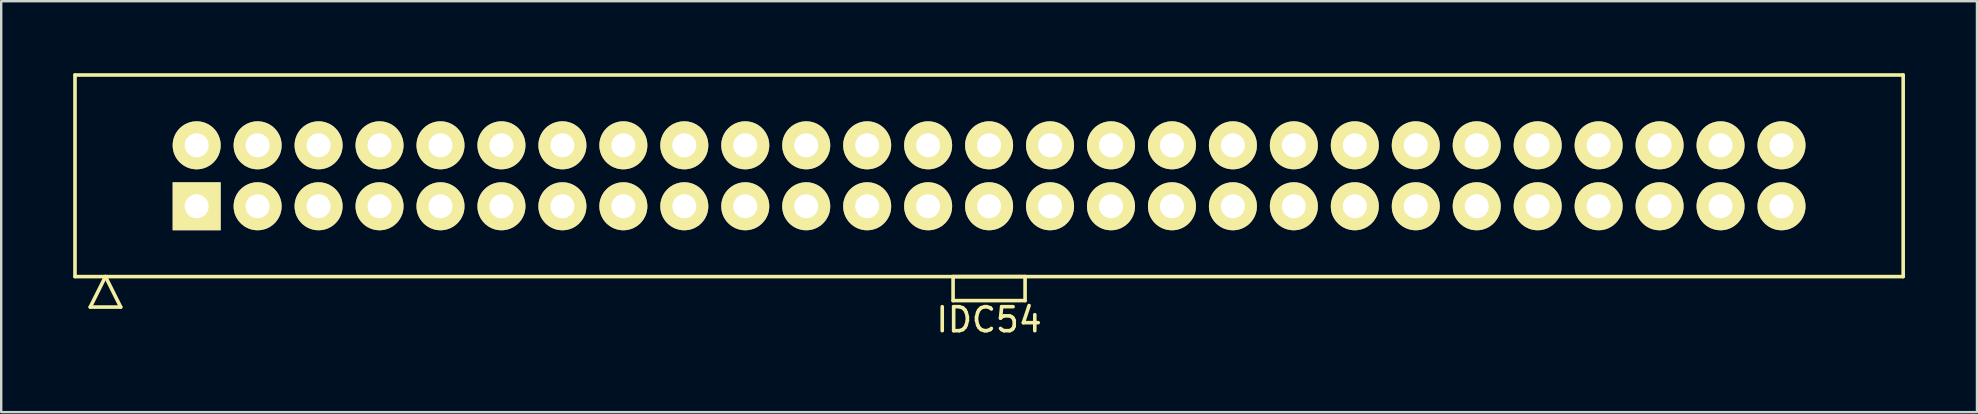
<source format=kicad_pcb>
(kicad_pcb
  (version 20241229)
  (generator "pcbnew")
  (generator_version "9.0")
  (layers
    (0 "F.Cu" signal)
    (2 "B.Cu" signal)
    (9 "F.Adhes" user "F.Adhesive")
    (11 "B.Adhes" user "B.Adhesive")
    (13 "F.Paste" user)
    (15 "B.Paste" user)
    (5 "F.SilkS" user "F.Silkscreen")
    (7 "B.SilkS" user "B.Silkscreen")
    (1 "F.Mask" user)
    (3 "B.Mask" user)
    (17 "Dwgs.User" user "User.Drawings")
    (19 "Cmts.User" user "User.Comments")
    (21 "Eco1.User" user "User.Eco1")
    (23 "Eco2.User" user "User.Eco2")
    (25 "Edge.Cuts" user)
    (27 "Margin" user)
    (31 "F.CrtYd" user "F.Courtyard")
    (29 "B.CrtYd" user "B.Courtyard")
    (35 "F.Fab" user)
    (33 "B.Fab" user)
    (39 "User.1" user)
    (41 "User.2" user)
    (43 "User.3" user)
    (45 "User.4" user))
  (footprint "IDC54"
    (layer "F.Cu")
    (at 38.165 4.275)
    (property "Reference" "IDC54" (at 0 6 0) (layer "F.SilkS") (effects (font (size 1 1) (thickness 0.15))))
    (attr through_hole)
    (fp_line (start -38.09 -4.2) (end -38.09 4.2) (stroke (width 0.15) (type solid)) (layer "F.SilkS"))
    (fp_line (start -38.09 4.2) (end 38.09 4.2) (stroke (width 0.15) (type solid)) (layer "F.SilkS"))
    (fp_line (start -37.455 5.47) (end -36.82 4.2) (stroke (width 0.15) (type solid)) (layer "F.SilkS"))
    (fp_line (start -37.455 5.47) (end -36.185 5.47) (stroke (width 0.15) (type solid)) (layer "F.SilkS"))
    (fp_line (start -36.185 5.47) (end -36.82 4.2) (stroke (width 0.15) (type solid)) (layer "F.SilkS"))
    (fp_line (start -1.5 4.2) (end -1.5 5.2) (stroke (width 0.15) (type solid)) (layer "F.SilkS"))
    (fp_line (start -1.5 5.2) (end 1.5 5.2) (stroke (width 0.15) (type solid)) (layer "F.SilkS"))
    (fp_line (start 1.5 4.2) (end -1.5 4.2) (stroke (width 0.15) (type solid)) (layer "F.SilkS"))
    (fp_line (start 1.5 5.2) (end 1.5 4.2) (stroke (width 0.15) (type solid)) (layer "F.SilkS"))
    (fp_line (start 38.09 -4.2) (end -38.09 -4.2) (stroke (width 0.15) (type solid)) (layer "F.SilkS"))
    (fp_line (start 38.09 4.2) (end 38.09 -4.2) (stroke (width 0.15) (type solid)) (layer "F.SilkS"))
    (pad "1" thru_hole rect (at -33.02 1.27) (size 2 2) (drill 1) (layers "*.Cu" "*.Mask" "F.SilkS"))
    (pad "2" thru_hole circle (at -33.02 -1.27) (size 2 2) (drill 1) (layers "*.Cu" "*.Mask" "F.SilkS"))
    (pad "3" thru_hole circle (at -30.48 1.27) (size 2 2) (drill 1) (layers "*.Cu" "*.Mask" "F.SilkS"))
    (pad "4" thru_hole circle (at -30.48 -1.27) (size 2 2) (drill 1) (layers "*.Cu" "*.Mask" "F.SilkS"))
    (pad "5" thru_hole circle (at -27.94 1.27) (size 2 2) (drill 1) (layers "*.Cu" "*.Mask" "F.SilkS"))
    (pad "6" thru_hole circle (at -27.94 -1.27) (size 2 2) (drill 1) (layers "*.Cu" "*.Mask" "F.SilkS"))
    (pad "7" thru_hole circle (at -25.4 1.27) (size 2 2) (drill 1) (layers "*.Cu" "*.Mask" "F.SilkS"))
    (pad "8" thru_hole circle (at -25.4 -1.27) (size 2 2) (drill 1) (layers "*.Cu" "*.Mask" "F.SilkS"))
    (pad "9" thru_hole circle (at -22.86 1.27) (size 2 2) (drill 1) (layers "*.Cu" "*.Mask" "F.SilkS"))
    (pad "10" thru_hole circle (at -22.86 -1.27) (size 2 2) (drill 1) (layers "*.Cu" "*.Mask" "F.SilkS"))
    (pad "11" thru_hole circle (at -20.32 1.27) (size 2 2) (drill 1) (layers "*.Cu" "*.Mask" "F.SilkS"))
    (pad "12" thru_hole circle (at -20.32 -1.27) (size 2 2) (drill 1) (layers "*.Cu" "*.Mask" "F.SilkS"))
    (pad "13" thru_hole circle (at -17.78 1.27) (size 2 2) (drill 1) (layers "*.Cu" "*.Mask" "F.SilkS"))
    (pad "14" thru_hole circle (at -17.78 -1.27) (size 2 2) (drill 1) (layers "*.Cu" "*.Mask" "F.SilkS"))
    (pad "15" thru_hole circle (at -15.24 1.27) (size 2 2) (drill 1) (layers "*.Cu" "*.Mask" "F.SilkS"))
    (pad "16" thru_hole circle (at -15.24 -1.27) (size 2 2) (drill 1) (layers "*.Cu" "*.Mask" "F.SilkS"))
    (pad "17" thru_hole circle (at -12.7 1.27) (size 2 2) (drill 1) (layers "*.Cu" "*.Mask" "F.SilkS"))
    (pad "18" thru_hole circle (at -12.7 -1.27) (size 2 2) (drill 1) (layers "*.Cu" "*.Mask" "F.SilkS"))
    (pad "19" thru_hole circle (at -10.16 1.27) (size 2 2) (drill 1) (layers "*.Cu" "*.Mask" "F.SilkS"))
    (pad "20" thru_hole circle (at -10.16 -1.27) (size 2 2) (drill 1) (layers "*.Cu" "*.Mask" "F.SilkS"))
    (pad "21" thru_hole circle (at -7.62 1.27) (size 2 2) (drill 1) (layers "*.Cu" "*.Mask" "F.SilkS"))
    (pad "22" thru_hole circle (at -7.62 -1.27) (size 2 2) (drill 1) (layers "*.Cu" "*.Mask" "F.SilkS"))
    (pad "23" thru_hole circle (at -5.08 1.27) (size 2 2) (drill 1) (layers "*.Cu" "*.Mask" "F.SilkS"))
    (pad "24" thru_hole circle (at -5.08 -1.27) (size 2 2) (drill 1) (layers "*.Cu" "*.Mask" "F.SilkS"))
    (pad "25" thru_hole circle (at -2.54 1.27) (size 2 2) (drill 1) (layers "*.Cu" "*.Mask" "F.SilkS"))
    (pad "26" thru_hole circle (at -2.54 -1.27) (size 2 2) (drill 1) (layers "*.Cu" "*.Mask" "F.SilkS"))
    (pad "27" thru_hole circle (at 0 1.27) (size 2 2) (drill 1) (layers "*.Cu" "*.Mask" "F.SilkS"))
    (pad "28" thru_hole circle (at 0 -1.27) (size 2 2) (drill 1) (layers "*.Cu" "*.Mask" "F.SilkS"))
    (pad "29" thru_hole circle (at 2.54 1.27) (size 2 2) (drill 1) (layers "*.Cu" "*.Mask" "F.SilkS"))
    (pad "30" thru_hole circle (at 2.54 -1.27) (size 2 2) (drill 1) (layers "*.Cu" "*.Mask" "F.SilkS"))
    (pad "31" thru_hole circle (at 5.08 1.27) (size 2 2) (drill 1) (layers "*.Cu" "*.Mask" "F.SilkS"))
    (pad "32" thru_hole circle (at 5.08 -1.27) (size 2 2) (drill 1) (layers "*.Cu" "*.Mask" "F.SilkS"))
    (pad "33" thru_hole circle (at 7.62 1.27) (size 2 2) (drill 1) (layers "*.Cu" "*.Mask" "F.SilkS"))
    (pad "34" thru_hole circle (at 7.62 -1.27) (size 2 2) (drill 1) (layers "*.Cu" "*.Mask" "F.SilkS"))
    (pad "35" thru_hole circle (at 10.16 1.27) (size 2 2) (drill 1) (layers "*.Cu" "*.Mask" "F.SilkS"))
    (pad "36" thru_hole circle (at 10.16 -1.27) (size 2 2) (drill 1) (layers "*.Cu" "*.Mask" "F.SilkS"))
    (pad "37" thru_hole circle (at 12.7 1.27) (size 2 2) (drill 1) (layers "*.Cu" "*.Mask" "F.SilkS"))
    (pad "38" thru_hole circle (at 12.7 -1.27) (size 2 2) (drill 1) (layers "*.Cu" "*.Mask" "F.SilkS"))
    (pad "39" thru_hole circle (at 15.24 1.27) (size 2 2) (drill 1) (layers "*.Cu" "*.Mask" "F.SilkS"))
    (pad "40" thru_hole circle (at 15.24 -1.27) (size 2 2) (drill 1) (layers "*.Cu" "*.Mask" "F.SilkS"))
    (pad "41" thru_hole circle (at 17.78 1.27) (size 2 2) (drill 1) (layers "*.Cu" "*.Mask" "F.SilkS"))
    (pad "42" thru_hole circle (at 17.78 -1.27) (size 2 2) (drill 1) (layers "*.Cu" "*.Mask" "F.SilkS"))
    (pad "43" thru_hole circle (at 20.32 1.27) (size 2 2) (drill 1) (layers "*.Cu" "*.Mask" "F.SilkS"))
    (pad "44" thru_hole circle (at 20.32 -1.27) (size 2 2) (drill 1) (layers "*.Cu" "*.Mask" "F.SilkS"))
    (pad "45" thru_hole circle (at 22.86 1.27) (size 2 2) (drill 1) (layers "*.Cu" "*.Mask" "F.SilkS"))
    (pad "46" thru_hole circle (at 22.86 -1.27) (size 2 2) (drill 1) (layers "*.Cu" "*.Mask" "F.SilkS"))
    (pad "47" thru_hole circle (at 25.4 1.27) (size 2 2) (drill 1) (layers "*.Cu" "*.Mask" "F.SilkS"))
    (pad "48" thru_hole circle (at 25.4 -1.27) (size 2 2) (drill 1) (layers "*.Cu" "*.Mask" "F.SilkS"))
    (pad "49" thru_hole circle (at 27.94 1.27) (size 2 2) (drill 1) (layers "*.Cu" "*.Mask" "F.SilkS"))
    (pad "50" thru_hole circle (at 27.94 -1.27) (size 2 2) (drill 1) (layers "*.Cu" "*.Mask" "F.SilkS"))
    (pad "51" thru_hole circle (at 30.48 1.27) (size 2 2) (drill 1) (layers "*.Cu" "*.Mask" "F.SilkS"))
    (pad "52" thru_hole circle (at 30.48 -1.27) (size 2 2) (drill 1) (layers "*.Cu" "*.Mask" "F.SilkS"))
    (pad "53" thru_hole circle (at 33.02 1.27) (size 2 2) (drill 1) (layers "*.Cu" "*.Mask" "F.SilkS"))
    (pad "54" thru_hole circle (at 33.02 -1.27) (size 2 2) (drill 1) (layers "*.Cu" "*.Mask" "F.SilkS")))
  (gr_rect
    (start -3 -3)
    (end 79.33 14.123)
    (stroke (width 0.1) (type default))
    (fill no)
    (layer "Edge.Cuts")))
</source>
